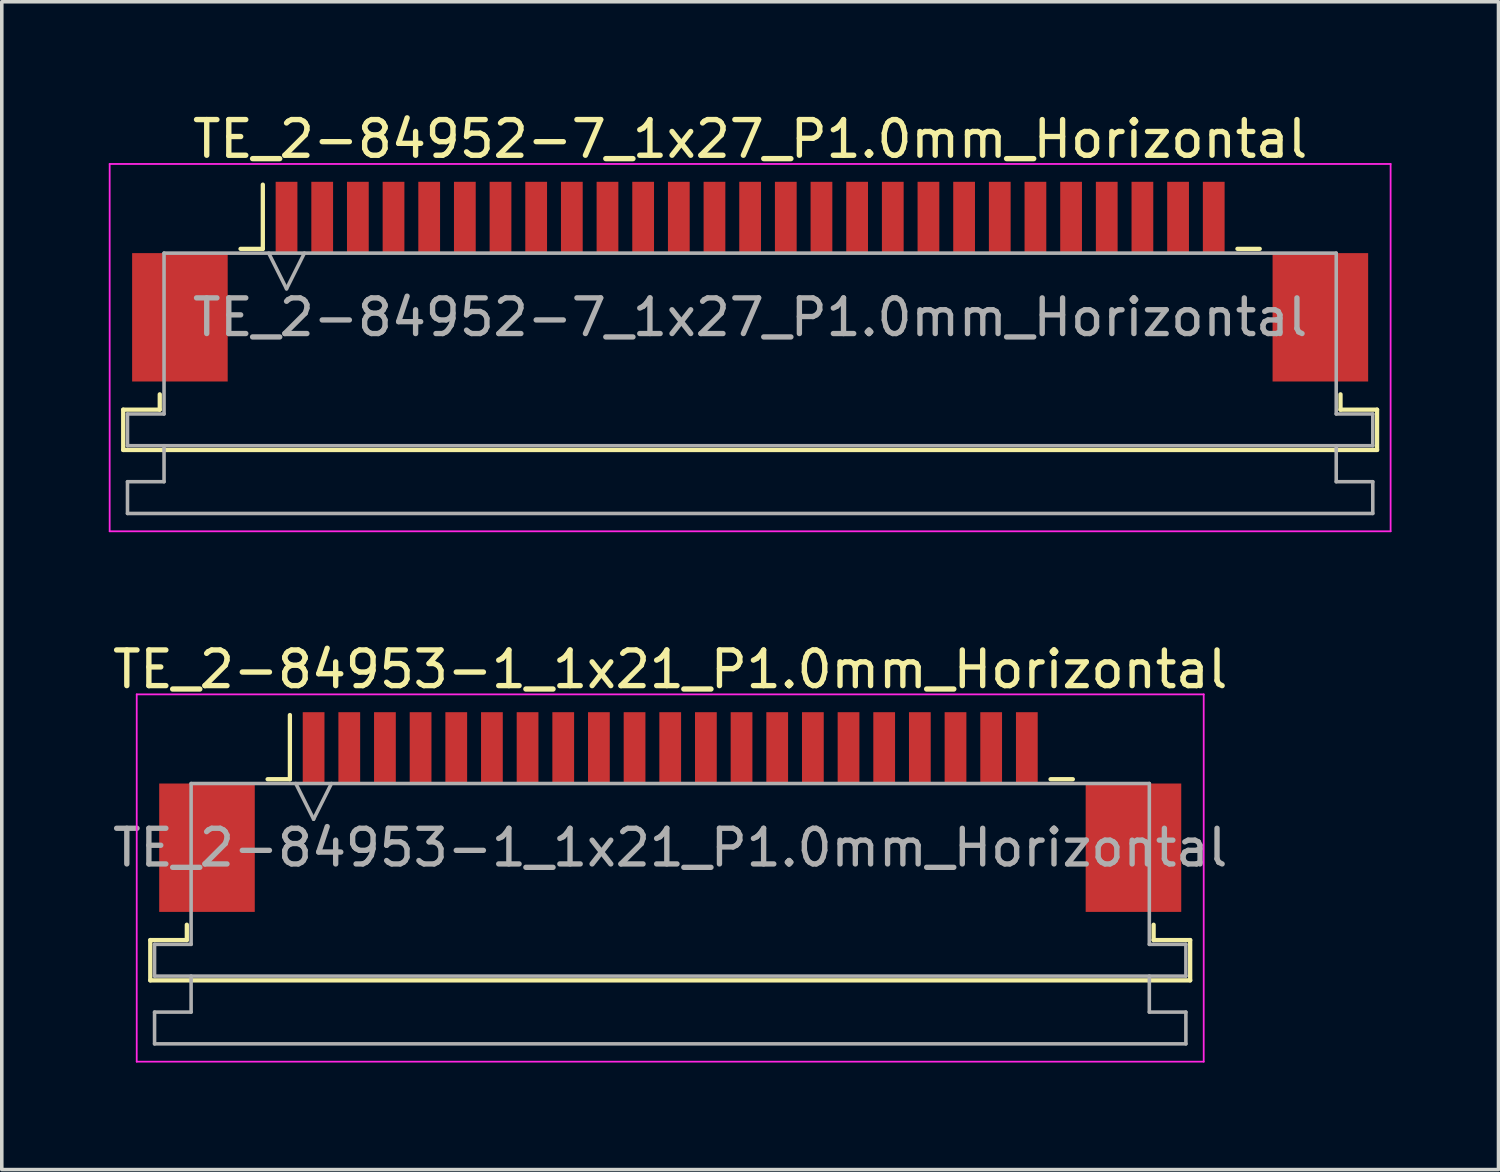
<source format=kicad_pcb>
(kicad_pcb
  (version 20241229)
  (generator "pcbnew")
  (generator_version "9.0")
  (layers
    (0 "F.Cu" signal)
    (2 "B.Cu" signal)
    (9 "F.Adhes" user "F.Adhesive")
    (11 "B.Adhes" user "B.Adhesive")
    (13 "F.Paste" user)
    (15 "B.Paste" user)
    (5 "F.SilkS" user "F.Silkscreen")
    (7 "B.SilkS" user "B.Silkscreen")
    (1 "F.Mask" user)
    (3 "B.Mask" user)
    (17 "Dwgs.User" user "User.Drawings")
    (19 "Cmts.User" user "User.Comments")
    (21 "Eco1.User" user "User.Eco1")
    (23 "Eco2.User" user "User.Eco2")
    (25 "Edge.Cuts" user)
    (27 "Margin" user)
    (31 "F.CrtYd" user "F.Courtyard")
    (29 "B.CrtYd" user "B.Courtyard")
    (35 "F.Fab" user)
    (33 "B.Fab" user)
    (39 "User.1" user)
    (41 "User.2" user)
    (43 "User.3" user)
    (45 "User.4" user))
  (footprint "TE_2-84953-1_1x21_P1.0mm_Horizontal"
    (layer "F.Cu")
    (at 15.744 19.721)
    (property "Reference" "TE_2-84953-1_1x21_P1.0mm_Horizontal" (at 0 -4 0) (layer "F.SilkS") (effects (font (size 1 1) (thickness 0.15))))
    (attr smd)
    (fp_line (start -14.58 3.59) (end -13.555 3.59) (stroke (width 0.12) (type solid)) (layer "F.SilkS"))
    (fp_line (start -14.58 4.72) (end -14.58 3.59) (stroke (width 0.12) (type solid)) (layer "F.SilkS"))
    (fp_line (start -13.555 3.59) (end -13.555 3.16) (stroke (width 0.12) (type solid)) (layer "F.SilkS"))
    (fp_line (start -11.29 -0.92) (end -10.665 -0.92) (stroke (width 0.12) (type solid)) (layer "F.SilkS"))
    (fp_line (start -10.665 -0.92) (end -10.665 -2.72) (stroke (width 0.12) (type solid)) (layer "F.SilkS"))
    (fp_line (start 10.665 -0.92) (end 11.29 -0.92) (stroke (width 0.12) (type solid)) (layer "F.SilkS"))
    (fp_line (start 13.555 3.16) (end 13.555 3.59) (stroke (width 0.12) (type solid)) (layer "F.SilkS"))
    (fp_line (start 13.555 3.59) (end 14.58 3.59) (stroke (width 0.12) (type solid)) (layer "F.SilkS"))
    (fp_line (start 14.58 3.59) (end 14.58 4.72) (stroke (width 0.12) (type solid)) (layer "F.SilkS"))
    (fp_line (start 14.58 4.72) (end -14.58 4.72) (stroke (width 0.12) (type solid)) (layer "F.SilkS"))
    (fp_line (start -14.96 -3.3) (end -14.96 7) (stroke (width 0.05) (type solid)) (layer "F.CrtYd"))
    (fp_line (start -14.96 7) (end 14.96 7) (stroke (width 0.05) (type solid)) (layer "F.CrtYd"))
    (fp_line (start 14.96 -3.3) (end -14.96 -3.3) (stroke (width 0.05) (type solid)) (layer "F.CrtYd"))
    (fp_line (start 14.96 7) (end 14.96 -3.3) (stroke (width 0.05) (type solid)) (layer "F.CrtYd"))
    (fp_line (start -14.46 3.71) (end -13.435 3.71) (stroke (width 0.1) (type solid)) (layer "F.Fab"))
    (fp_line (start -14.46 4.6) (end -14.46 3.71) (stroke (width 0.1) (type solid)) (layer "F.Fab"))
    (fp_line (start -14.46 5.61) (end -13.435 5.61) (stroke (width 0.1) (type solid)) (layer "F.Fab"))
    (fp_line (start -14.46 6.5) (end -14.46 5.61) (stroke (width 0.1) (type solid)) (layer "F.Fab"))
    (fp_line (start -13.435 -0.8) (end 13.435 -0.8) (stroke (width 0.1) (type solid)) (layer "F.Fab"))
    (fp_line (start -13.435 3.71) (end -13.435 -0.8) (stroke (width 0.1) (type solid)) (layer "F.Fab"))
    (fp_line (start -13.435 5.61) (end -13.435 4.6) (stroke (width 0.1) (type solid)) (layer "F.Fab"))
    (fp_line (start -10.5 -0.8) (end -10 0.2) (stroke (width 0.1) (type solid)) (layer "F.Fab"))
    (fp_line (start -10 0.2) (end -9.5 -0.8) (stroke (width 0.1) (type solid)) (layer "F.Fab"))
    (fp_line (start 13.435 -0.8) (end 13.435 3.71) (stroke (width 0.1) (type solid)) (layer "F.Fab"))
    (fp_line (start 13.435 3.71) (end 14.46 3.71) (stroke (width 0.1) (type solid)) (layer "F.Fab"))
    (fp_line (start 13.435 4.6) (end 13.435 5.61) (stroke (width 0.1) (type solid)) (layer "F.Fab"))
    (fp_line (start 13.435 5.61) (end 14.46 5.61) (stroke (width 0.1) (type solid)) (layer "F.Fab"))
    (fp_line (start 14.46 3.71) (end 14.46 4.6) (stroke (width 0.1) (type solid)) (layer "F.Fab"))
    (fp_line (start 14.46 4.6) (end -14.46 4.6) (stroke (width 0.1) (type solid)) (layer "F.Fab"))
    (fp_line (start 14.46 5.61) (end 14.46 6.5) (stroke (width 0.1) (type solid)) (layer "F.Fab"))
    (fp_line (start 14.46 6.5) (end -14.46 6.5) (stroke (width 0.1) (type solid)) (layer "F.Fab"))
    (fp_text user "${REFERENCE}" (at 0 1 0) (layer "F.Fab") (effects (font (size 1 1) (thickness 0.15))))
    (pad "" smd rect (at -12.99 1) (size 2.68 3.6) (layers "F.Cu" "F.Mask" "F.Paste"))
    (pad "" smd rect (at 12.99 1) (size 2.68 3.6) (layers "F.Cu" "F.Mask" "F.Paste"))
    (pad "1" smd rect (at -10 -1.8) (size 0.61 2) (layers "F.Cu" "F.Mask" "F.Paste"))
    (pad "2" smd rect (at -9 -1.8) (size 0.61 2) (layers "F.Cu" "F.Mask" "F.Paste"))
    (pad "3" smd rect (at -8 -1.8) (size 0.61 2) (layers "F.Cu" "F.Mask" "F.Paste"))
    (pad "4" smd rect (at -7 -1.8) (size 0.61 2) (layers "F.Cu" "F.Mask" "F.Paste"))
    (pad "5" smd rect (at -6 -1.8) (size 0.61 2) (layers "F.Cu" "F.Mask" "F.Paste"))
    (pad "6" smd rect (at -5 -1.8) (size 0.61 2) (layers "F.Cu" "F.Mask" "F.Paste"))
    (pad "7" smd rect (at -4 -1.8) (size 0.61 2) (layers "F.Cu" "F.Mask" "F.Paste"))
    (pad "8" smd rect (at -3 -1.8) (size 0.61 2) (layers "F.Cu" "F.Mask" "F.Paste"))
    (pad "9" smd rect (at -2 -1.8) (size 0.61 2) (layers "F.Cu" "F.Mask" "F.Paste"))
    (pad "10" smd rect (at -1 -1.8) (size 0.61 2) (layers "F.Cu" "F.Mask" "F.Paste"))
    (pad "11" smd rect (at 0 -1.8) (size 0.61 2) (layers "F.Cu" "F.Mask" "F.Paste"))
    (pad "12" smd rect (at 1 -1.8) (size 0.61 2) (layers "F.Cu" "F.Mask" "F.Paste"))
    (pad "13" smd rect (at 2 -1.8) (size 0.61 2) (layers "F.Cu" "F.Mask" "F.Paste"))
    (pad "14" smd rect (at 3 -1.8) (size 0.61 2) (layers "F.Cu" "F.Mask" "F.Paste"))
    (pad "15" smd rect (at 4 -1.8) (size 0.61 2) (layers "F.Cu" "F.Mask" "F.Paste"))
    (pad "16" smd rect (at 5 -1.8) (size 0.61 2) (layers "F.Cu" "F.Mask" "F.Paste"))
    (pad "17" smd rect (at 6 -1.8) (size 0.61 2) (layers "F.Cu" "F.Mask" "F.Paste"))
    (pad "18" smd rect (at 7 -1.8) (size 0.61 2) (layers "F.Cu" "F.Mask" "F.Paste"))
    (pad "19" smd rect (at 8 -1.8) (size 0.61 2) (layers "F.Cu" "F.Mask" "F.Paste"))
    (pad "20" smd rect (at 9 -1.8) (size 0.61 2) (layers "F.Cu" "F.Mask" "F.Paste"))
    (pad "21" smd rect (at 10 -1.8) (size 0.61 2) (layers "F.Cu" "F.Mask" "F.Paste")))
  (footprint "TE_2-84952-7_1x27_P1.0mm_Horizontal"
    (layer "F.Cu")
    (at 17.985 4.848)
    (property "Reference" "TE_2-84952-7_1x27_P1.0mm_Horizontal" (at 0 -4 0) (layer "F.SilkS") (effects (font (size 1 1) (thickness 0.15))))
    (attr smd)
    (fp_line (start -17.58 3.59) (end -16.555 3.59) (stroke (width 0.12) (type solid)) (layer "F.SilkS"))
    (fp_line (start -17.58 4.72) (end -17.58 3.59) (stroke (width 0.12) (type solid)) (layer "F.SilkS"))
    (fp_line (start -16.555 3.59) (end -16.555 3.16) (stroke (width 0.12) (type solid)) (layer "F.SilkS"))
    (fp_line (start -14.29 -0.92) (end -13.665 -0.92) (stroke (width 0.12) (type solid)) (layer "F.SilkS"))
    (fp_line (start -13.665 -0.92) (end -13.665 -2.72) (stroke (width 0.12) (type solid)) (layer "F.SilkS"))
    (fp_line (start 13.665 -0.92) (end 14.29 -0.92) (stroke (width 0.12) (type solid)) (layer "F.SilkS"))
    (fp_line (start 16.555 3.16) (end 16.555 3.59) (stroke (width 0.12) (type solid)) (layer "F.SilkS"))
    (fp_line (start 16.555 3.59) (end 17.58 3.59) (stroke (width 0.12) (type solid)) (layer "F.SilkS"))
    (fp_line (start 17.58 3.59) (end 17.58 4.72) (stroke (width 0.12) (type solid)) (layer "F.SilkS"))
    (fp_line (start 17.58 4.72) (end -17.58 4.72) (stroke (width 0.12) (type solid)) (layer "F.SilkS"))
    (fp_line (start -17.96 -3.3) (end -17.96 7) (stroke (width 0.05) (type solid)) (layer "F.CrtYd"))
    (fp_line (start -17.96 7) (end 17.96 7) (stroke (width 0.05) (type solid)) (layer "F.CrtYd"))
    (fp_line (start 17.96 -3.3) (end -17.96 -3.3) (stroke (width 0.05) (type solid)) (layer "F.CrtYd"))
    (fp_line (start 17.96 7) (end 17.96 -3.3) (stroke (width 0.05) (type solid)) (layer "F.CrtYd"))
    (fp_line (start -17.46 3.71) (end -16.435 3.71) (stroke (width 0.1) (type solid)) (layer "F.Fab"))
    (fp_line (start -17.46 4.6) (end -17.46 3.71) (stroke (width 0.1) (type solid)) (layer "F.Fab"))
    (fp_line (start -17.46 5.61) (end -16.435 5.61) (stroke (width 0.1) (type solid)) (layer "F.Fab"))
    (fp_line (start -17.46 6.5) (end -17.46 5.61) (stroke (width 0.1) (type solid)) (layer "F.Fab"))
    (fp_line (start -16.435 -0.8) (end 16.435 -0.8) (stroke (width 0.1) (type solid)) (layer "F.Fab"))
    (fp_line (start -16.435 3.71) (end -16.435 -0.8) (stroke (width 0.1) (type solid)) (layer "F.Fab"))
    (fp_line (start -16.435 5.61) (end -16.435 4.6) (stroke (width 0.1) (type solid)) (layer "F.Fab"))
    (fp_line (start -13.5 -0.8) (end -13 0.2) (stroke (width 0.1) (type solid)) (layer "F.Fab"))
    (fp_line (start -13 0.2) (end -12.5 -0.8) (stroke (width 0.1) (type solid)) (layer "F.Fab"))
    (fp_line (start 16.435 -0.8) (end 16.435 3.71) (stroke (width 0.1) (type solid)) (layer "F.Fab"))
    (fp_line (start 16.435 3.71) (end 17.46 3.71) (stroke (width 0.1) (type solid)) (layer "F.Fab"))
    (fp_line (start 16.435 4.6) (end 16.435 5.61) (stroke (width 0.1) (type solid)) (layer "F.Fab"))
    (fp_line (start 16.435 5.61) (end 17.46 5.61) (stroke (width 0.1) (type solid)) (layer "F.Fab"))
    (fp_line (start 17.46 3.71) (end 17.46 4.6) (stroke (width 0.1) (type solid)) (layer "F.Fab"))
    (fp_line (start 17.46 4.6) (end -17.46 4.6) (stroke (width 0.1) (type solid)) (layer "F.Fab"))
    (fp_line (start 17.46 5.61) (end 17.46 6.5) (stroke (width 0.1) (type solid)) (layer "F.Fab"))
    (fp_line (start 17.46 6.5) (end -17.46 6.5) (stroke (width 0.1) (type solid)) (layer "F.Fab"))
    (fp_text user "${REFERENCE}" (at 0 1 0) (layer "F.Fab") (effects (font (size 1 1) (thickness 0.15))))
    (pad "" smd rect (at -15.99 1) (size 2.68 3.6) (layers "F.Cu" "F.Mask" "F.Paste"))
    (pad "" smd rect (at 15.99 1) (size 2.68 3.6) (layers "F.Cu" "F.Mask" "F.Paste"))
    (pad "1" smd rect (at -13 -1.8) (size 0.61 2) (layers "F.Cu" "F.Mask" "F.Paste"))
    (pad "2" smd rect (at -12 -1.8) (size 0.61 2) (layers "F.Cu" "F.Mask" "F.Paste"))
    (pad "3" smd rect (at -11 -1.8) (size 0.61 2) (layers "F.Cu" "F.Mask" "F.Paste"))
    (pad "4" smd rect (at -10 -1.8) (size 0.61 2) (layers "F.Cu" "F.Mask" "F.Paste"))
    (pad "5" smd rect (at -9 -1.8) (size 0.61 2) (layers "F.Cu" "F.Mask" "F.Paste"))
    (pad "6" smd rect (at -8 -1.8) (size 0.61 2) (layers "F.Cu" "F.Mask" "F.Paste"))
    (pad "7" smd rect (at -7 -1.8) (size 0.61 2) (layers "F.Cu" "F.Mask" "F.Paste"))
    (pad "8" smd rect (at -6 -1.8) (size 0.61 2) (layers "F.Cu" "F.Mask" "F.Paste"))
    (pad "9" smd rect (at -5 -1.8) (size 0.61 2) (layers "F.Cu" "F.Mask" "F.Paste"))
    (pad "10" smd rect (at -4 -1.8) (size 0.61 2) (layers "F.Cu" "F.Mask" "F.Paste"))
    (pad "11" smd rect (at -3 -1.8) (size 0.61 2) (layers "F.Cu" "F.Mask" "F.Paste"))
    (pad "12" smd rect (at -2 -1.8) (size 0.61 2) (layers "F.Cu" "F.Mask" "F.Paste"))
    (pad "13" smd rect (at -1 -1.8) (size 0.61 2) (layers "F.Cu" "F.Mask" "F.Paste"))
    (pad "14" smd rect (at 0 -1.8) (size 0.61 2) (layers "F.Cu" "F.Mask" "F.Paste"))
    (pad "15" smd rect (at 1 -1.8) (size 0.61 2) (layers "F.Cu" "F.Mask" "F.Paste"))
    (pad "16" smd rect (at 2 -1.8) (size 0.61 2) (layers "F.Cu" "F.Mask" "F.Paste"))
    (pad "17" smd rect (at 3 -1.8) (size 0.61 2) (layers "F.Cu" "F.Mask" "F.Paste"))
    (pad "18" smd rect (at 4 -1.8) (size 0.61 2) (layers "F.Cu" "F.Mask" "F.Paste"))
    (pad "19" smd rect (at 5 -1.8) (size 0.61 2) (layers "F.Cu" "F.Mask" "F.Paste"))
    (pad "20" smd rect (at 6 -1.8) (size 0.61 2) (layers "F.Cu" "F.Mask" "F.Paste"))
    (pad "21" smd rect (at 7 -1.8) (size 0.61 2) (layers "F.Cu" "F.Mask" "F.Paste"))
    (pad "22" smd rect (at 8 -1.8) (size 0.61 2) (layers "F.Cu" "F.Mask" "F.Paste"))
    (pad "23" smd rect (at 9 -1.8) (size 0.61 2) (layers "F.Cu" "F.Mask" "F.Paste"))
    (pad "24" smd rect (at 10 -1.8) (size 0.61 2) (layers "F.Cu" "F.Mask" "F.Paste"))
    (pad "25" smd rect (at 11 -1.8) (size 0.61 2) (layers "F.Cu" "F.Mask" "F.Paste"))
    (pad "26" smd rect (at 12 -1.8) (size 0.61 2) (layers "F.Cu" "F.Mask" "F.Paste"))
    (pad "27" smd rect (at 13 -1.8) (size 0.61 2) (layers "F.Cu" "F.Mask" "F.Paste")))
  (gr_rect
    (start -3 -3)
    (end 38.97 29.747)
    (stroke (width 0.1) (type default))
    (fill no)
    (layer "Edge.Cuts")))
</source>
